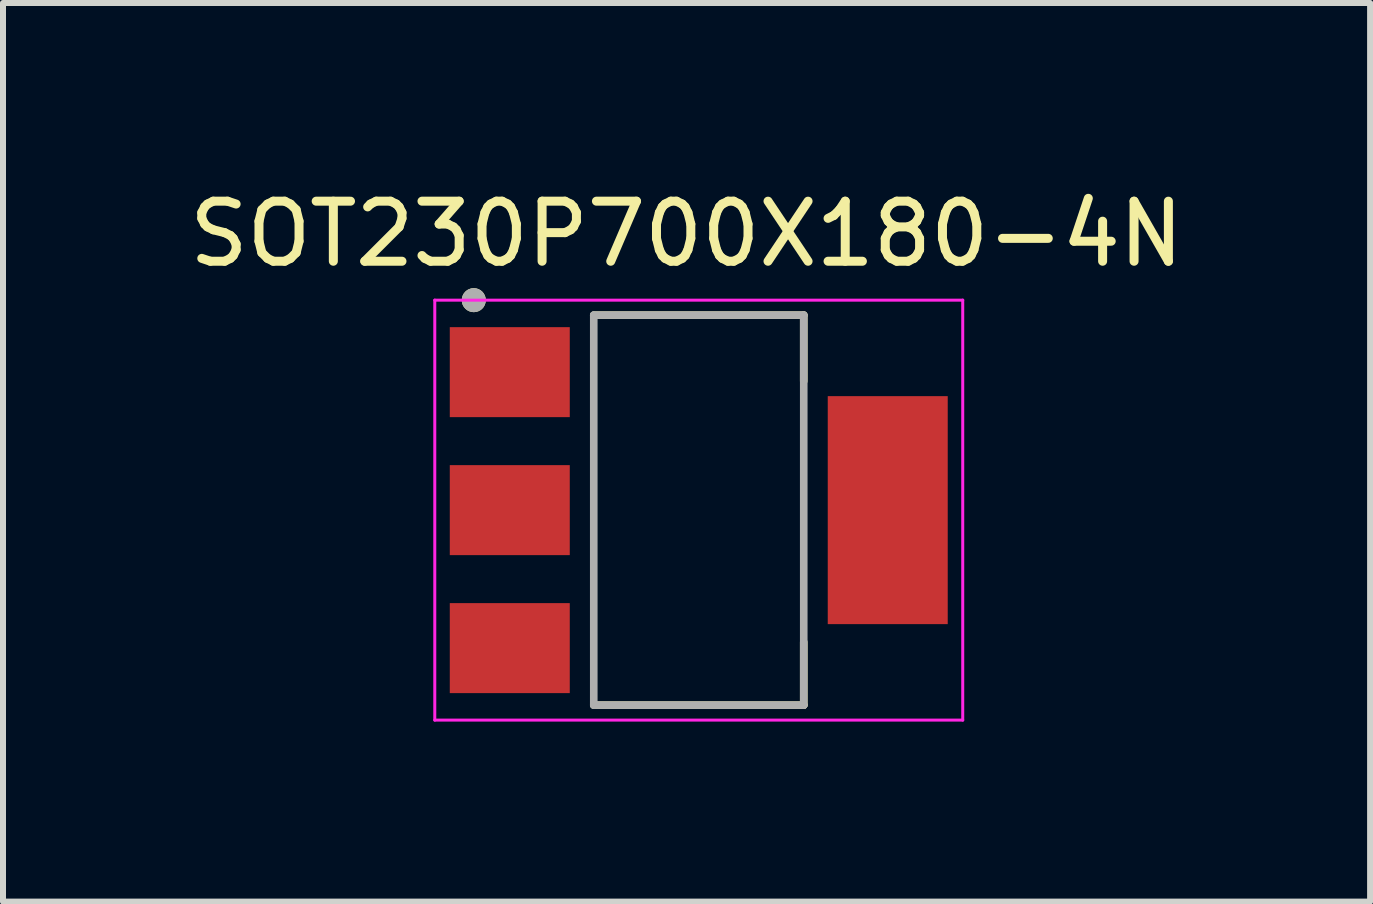
<source format=kicad_pcb>
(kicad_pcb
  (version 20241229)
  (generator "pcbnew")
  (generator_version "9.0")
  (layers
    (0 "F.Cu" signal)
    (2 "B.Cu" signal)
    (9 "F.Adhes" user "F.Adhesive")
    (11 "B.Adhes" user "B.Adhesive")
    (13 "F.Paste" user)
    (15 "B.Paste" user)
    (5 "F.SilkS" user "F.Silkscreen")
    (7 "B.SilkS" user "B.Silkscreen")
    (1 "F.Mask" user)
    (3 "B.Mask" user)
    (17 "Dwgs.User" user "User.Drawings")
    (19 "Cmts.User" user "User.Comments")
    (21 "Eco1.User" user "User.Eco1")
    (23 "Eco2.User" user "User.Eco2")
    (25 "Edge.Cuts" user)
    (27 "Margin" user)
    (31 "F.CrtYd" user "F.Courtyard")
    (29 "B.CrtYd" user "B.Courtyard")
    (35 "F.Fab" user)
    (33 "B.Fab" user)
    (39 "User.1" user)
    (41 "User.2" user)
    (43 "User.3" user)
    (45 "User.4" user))
  (footprint "SOT230P700X180-4N"
    (layer "F.Cu")
    (at 8.597 5.453)
    (property "Reference" "SOT230P700X180-4N" (at -0.204 -4.604 0) (layer "F.SilkS") (effects (font (size 1.001 1.001) (thickness 0.15))))
    (attr smd)
    (fp_line (start -1.75 -3.25) (end 1.75 -3.25) (stroke (width 0.127) (type solid)) (layer "F.SilkS"))
    (fp_line (start 1.75 -3.25) (end 1.75 -2.15) (stroke (width 0.127) (type solid)) (layer "F.SilkS"))
    (fp_line (start 1.75 2.2) (end 1.75 3.25) (stroke (width 0.127) (type solid)) (layer "F.SilkS"))
    (fp_line (start 1.75 3.25) (end -1.75 3.25) (stroke (width 0.127) (type solid)) (layer "F.SilkS"))
    (fp_circle (center -3.75 -3.5) (end -3.65 -3.5) (stroke (width 0.2) (type solid)) (fill no) (layer "F.SilkS"))
    (fp_line (start -4.4 -3.5) (end 4.4 -3.5) (stroke (width 0.05) (type solid)) (layer "F.CrtYd"))
    (fp_line (start -4.4 3.5) (end -4.4 -3.5) (stroke (width 0.05) (type solid)) (layer "F.CrtYd"))
    (fp_line (start 4.4 -3.5) (end 4.4 3.5) (stroke (width 0.05) (type solid)) (layer "F.CrtYd"))
    (fp_line (start 4.4 3.5) (end -4.4 3.5) (stroke (width 0.05) (type solid)) (layer "F.CrtYd"))
    (fp_line (start -1.75 -3.25) (end 1.75 -3.25) (stroke (width 0.127) (type solid)) (layer "F.Fab"))
    (fp_line (start -1.75 3.25) (end -1.75 -3.25) (stroke (width 0.127) (type solid)) (layer "F.Fab"))
    (fp_line (start 1.75 -3.25) (end 1.75 3.25) (stroke (width 0.127) (type solid)) (layer "F.Fab"))
    (fp_line (start 1.75 3.25) (end -1.75 3.25) (stroke (width 0.127) (type solid)) (layer "F.Fab"))
    (fp_circle (center -3.75 -3.5) (end -3.65 -3.5) (stroke (width 0.2) (type solid)) (fill no) (layer "F.Fab"))
    (pad "1" smd rect (at -3.15 -2.3) (size 2 1.5) (layers "F.Cu" "F.Mask" "F.Paste"))
    (pad "2" smd rect (at -3.15 0) (size 2 1.5) (layers "F.Cu" "F.Mask" "F.Paste"))
    (pad "3" smd rect (at -3.15 2.3) (size 2 1.5) (layers "F.Cu" "F.Mask" "F.Paste"))
    (pad "4" smd rect (at 3.15 0) (size 2 3.8) (layers "F.Cu" "F.Mask" "F.Paste")))
  (gr_rect
    (start -3 -3)
    (end 19.787 11.978)
    (stroke (width 0.1) (type default))
    (fill no)
    (layer "Edge.Cuts")))
</source>
